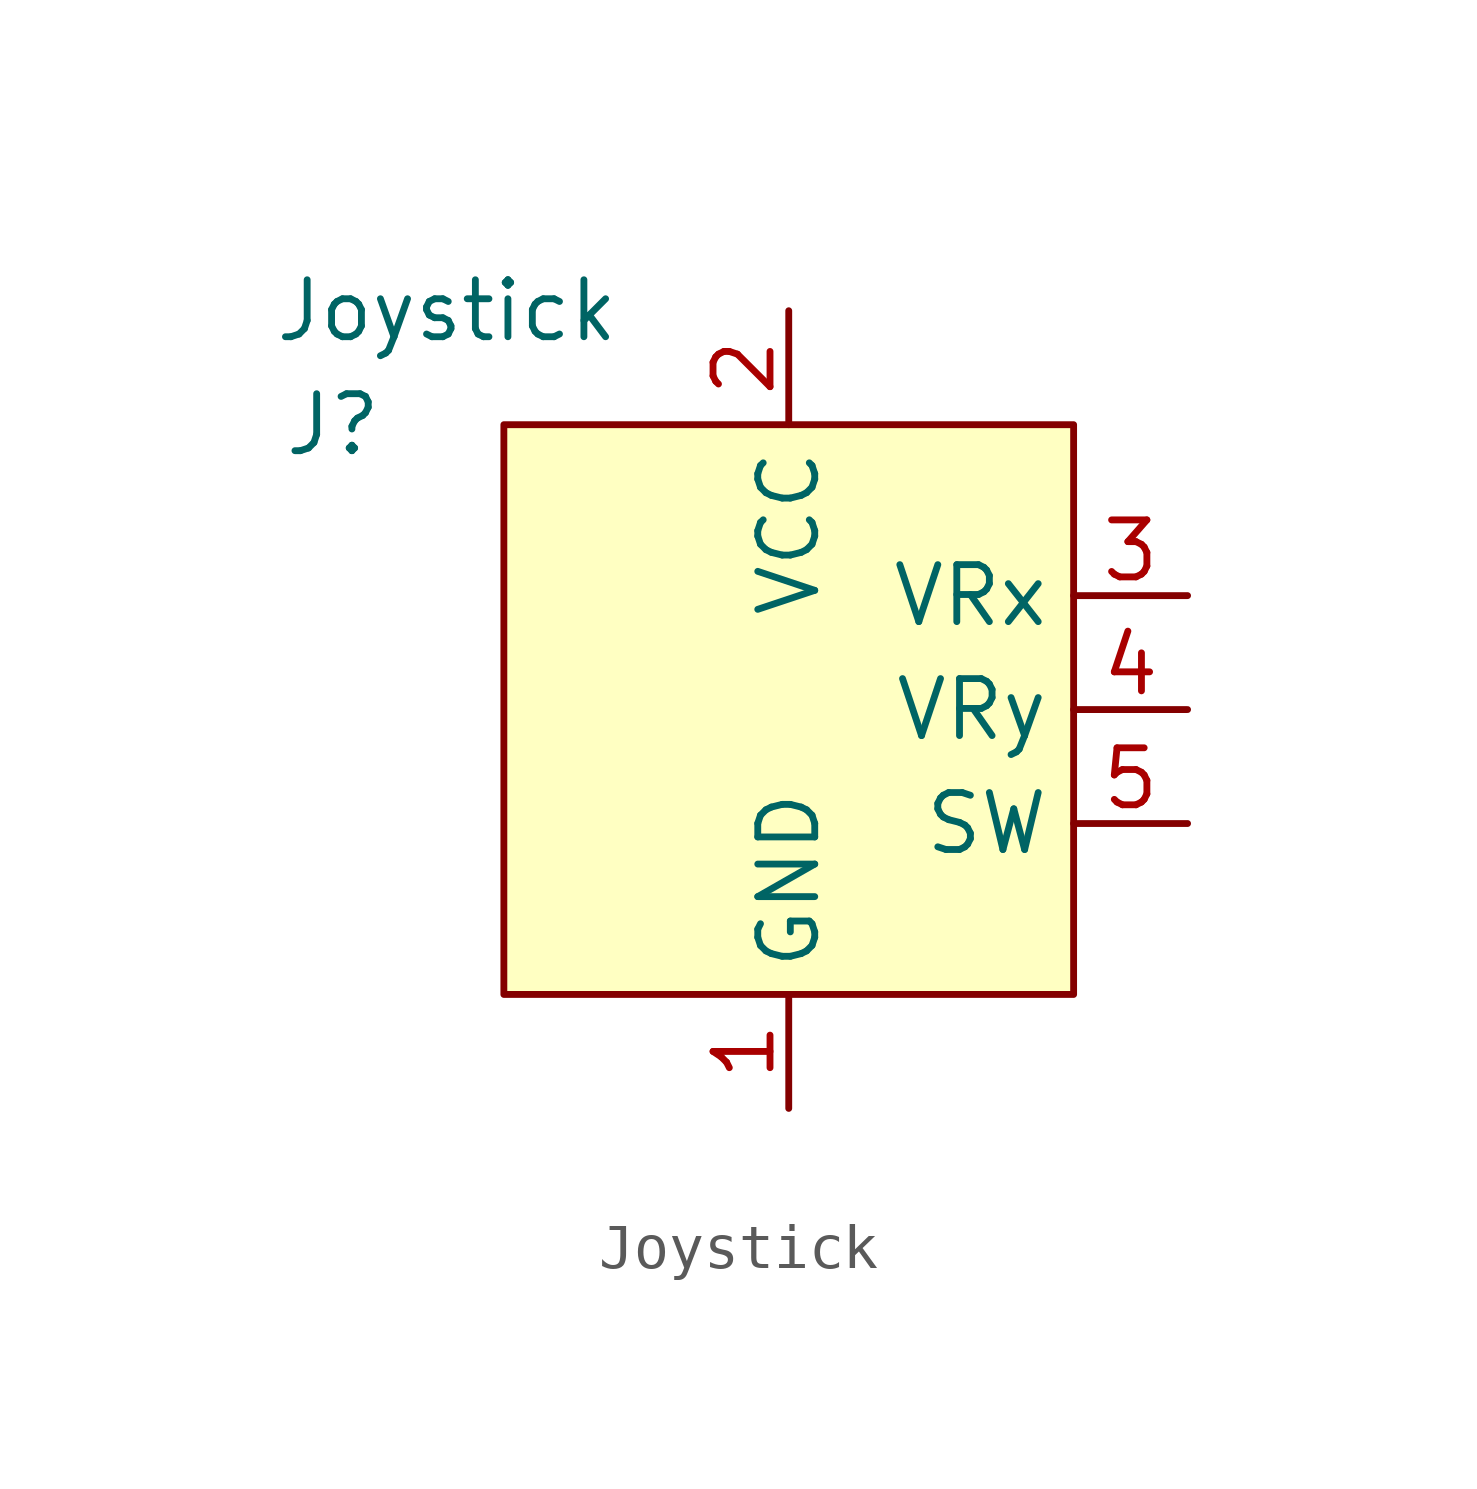
<source format=kicad_sym>
(kicad_symbol_lib
  (version 20211014)
  (generator kicad_symbol_editor)
  (symbol "Joystick"
    (property "Reference" "J"
      (at -10.16 6.35 0)
      (effects (font (size 1.27 1.27))))
    (property "Value" "Joystick"
      (at -7.62 8.89 0)
      (effects (font (size 1.27 1.27))))
    (symbol "Joystick_0_1"
      (rectangle (start -6.35 6.35) (end 6.35 -6.35) (stroke (width 0) (type default) (color 0 0 0 0)) (fill (type background))))
    (symbol "Joystick_1_1"
      (pin power_out line (at 0 -8.89 90) (length 2.54) (name "GND" (effects (font (size 1.27 1.27)))) (number "1" (effects (font (size 1.27 1.27)))))
      (pin power_in line (at 0 8.89 270) (length 2.54) (name "VCC" (effects (font (size 1.27 1.27)))) (number "2" (effects (font (size 1.27 1.27)))))
      (pin output line (at 8.89 2.54 180) (length 2.54) (name "VRx" (effects (font (size 1.27 1.27)))) (number "3" (effects (font (size 1.27 1.27)))))
      (pin output line (at 8.89 0 180) (length 2.54) (name "VRy" (effects (font (size 1.27 1.27)))) (number "4" (effects (font (size 1.27 1.27)))))
      (pin output line (at 8.89 -2.54 180) (length 2.54) (name "SW" (effects (font (size 1.27 1.27)))) (number "5" (effects (font (size 1.27 1.27))))))))
</source>
